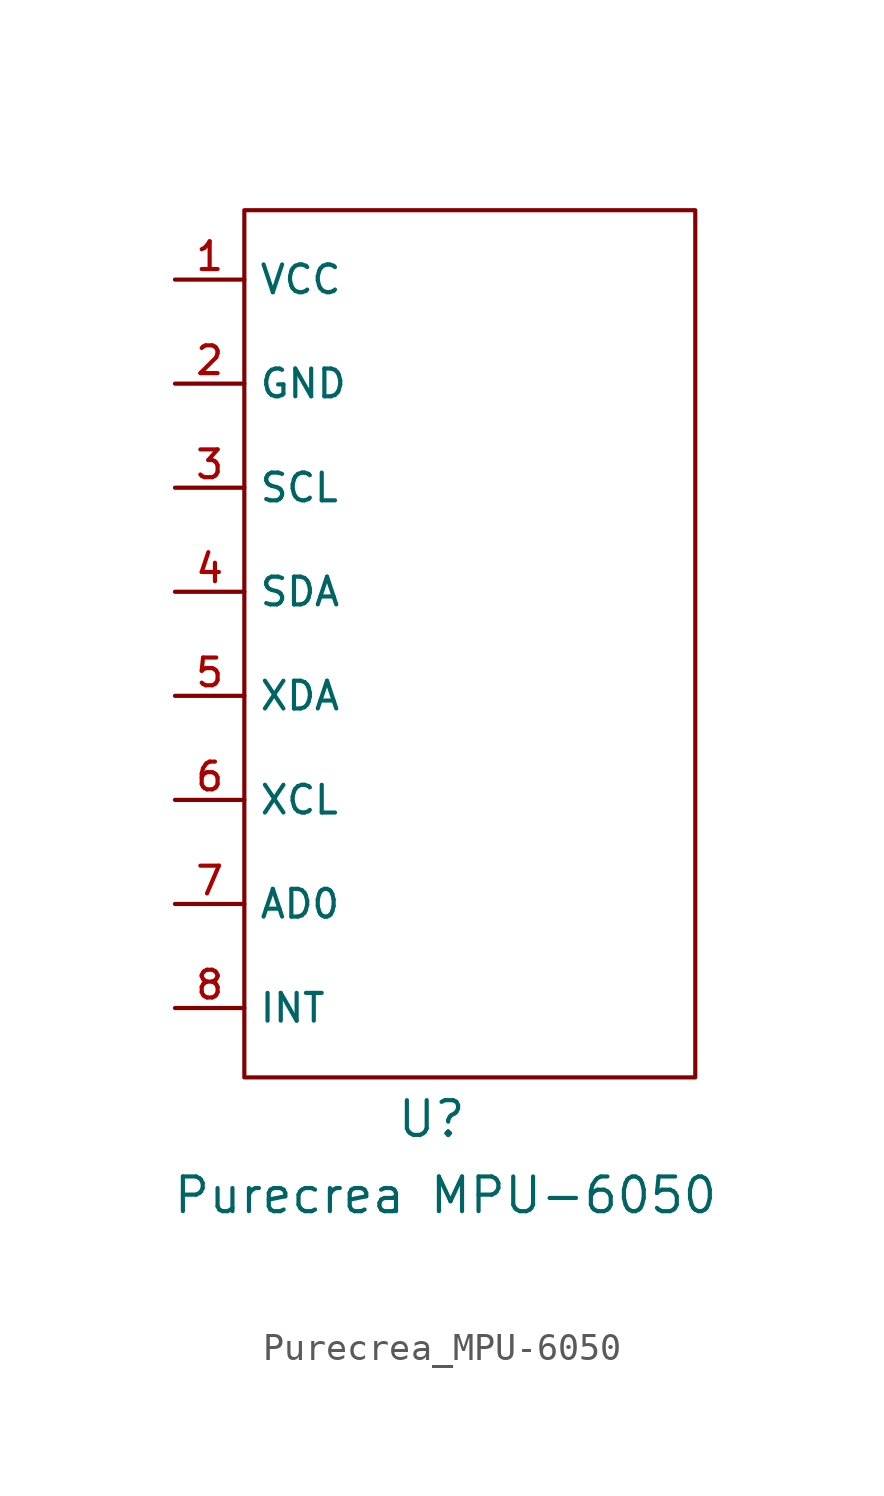
<source format=kicad_sym>
(kicad_symbol_lib
  (version 20241209)
  (generator "kicad_symbol_editor")
  (generator_version "9.0")
  (symbol "Purecrea_MPU-6050"
    (property "Reference" "U"
      (at 6.858 -35.814 0)
      (effects (font (size 1.27 1.27))))
    (property "Value" "Purecrea MPU-6050"
      (at 7.366 -38.608 0)
      (effects (font (size 1.27 1.27))))
    (symbol "Purecrea_MPU-6050_0_1"
      (rectangle (start 0 -2.54) (end 16.51 -34.29) (stroke (width 0) (type default)) (fill (type none))))
    (symbol "Purecrea_MPU-6050_1_0"
      (pin bidirectional line (at -2.54 -5.08 0) (length 2.54) (name "VCC" (effects (font (size 1.016 1.016)))) (number "1" (effects (font (size 1.016 1.016)))))
      (pin bidirectional line (at -2.54 -8.89 0) (length 2.54) (name "GND" (effects (font (size 1.016 1.016)))) (number "2" (effects (font (size 1.016 1.016)))))
      (pin bidirectional line (at -2.54 -12.7 0) (length 2.54) (name "SCL" (effects (font (size 1.016 1.016)))) (number "3" (effects (font (size 1.016 1.016)))))
      (pin bidirectional line (at -2.54 -16.51 0) (length 2.54) (name "SDA" (effects (font (size 1.016 1.016)))) (number "4" (effects (font (size 1.016 1.016)))))
      (pin bidirectional line (at -2.54 -20.32 0) (length 2.54) (name "XDA" (effects (font (size 1.016 1.016)))) (number "5" (effects (font (size 1.016 1.016)))))
      (pin bidirectional line (at -2.54 -24.13 0) (length 2.54) (name "XCL" (effects (font (size 1.016 1.016)))) (number "6" (effects (font (size 1.016 1.016)))))
      (pin bidirectional line (at -2.54 -27.94 0) (length 2.54) (name "AD0" (effects (font (size 1.016 1.016)))) (number "7" (effects (font (size 1.016 1.016)))))
      (pin bidirectional line (at -2.54 -31.75 0) (length 2.54) (name "INT" (effects (font (size 1.016 1.016)))) (number "8" (effects (font (size 1.016 1.016))))))))
</source>
